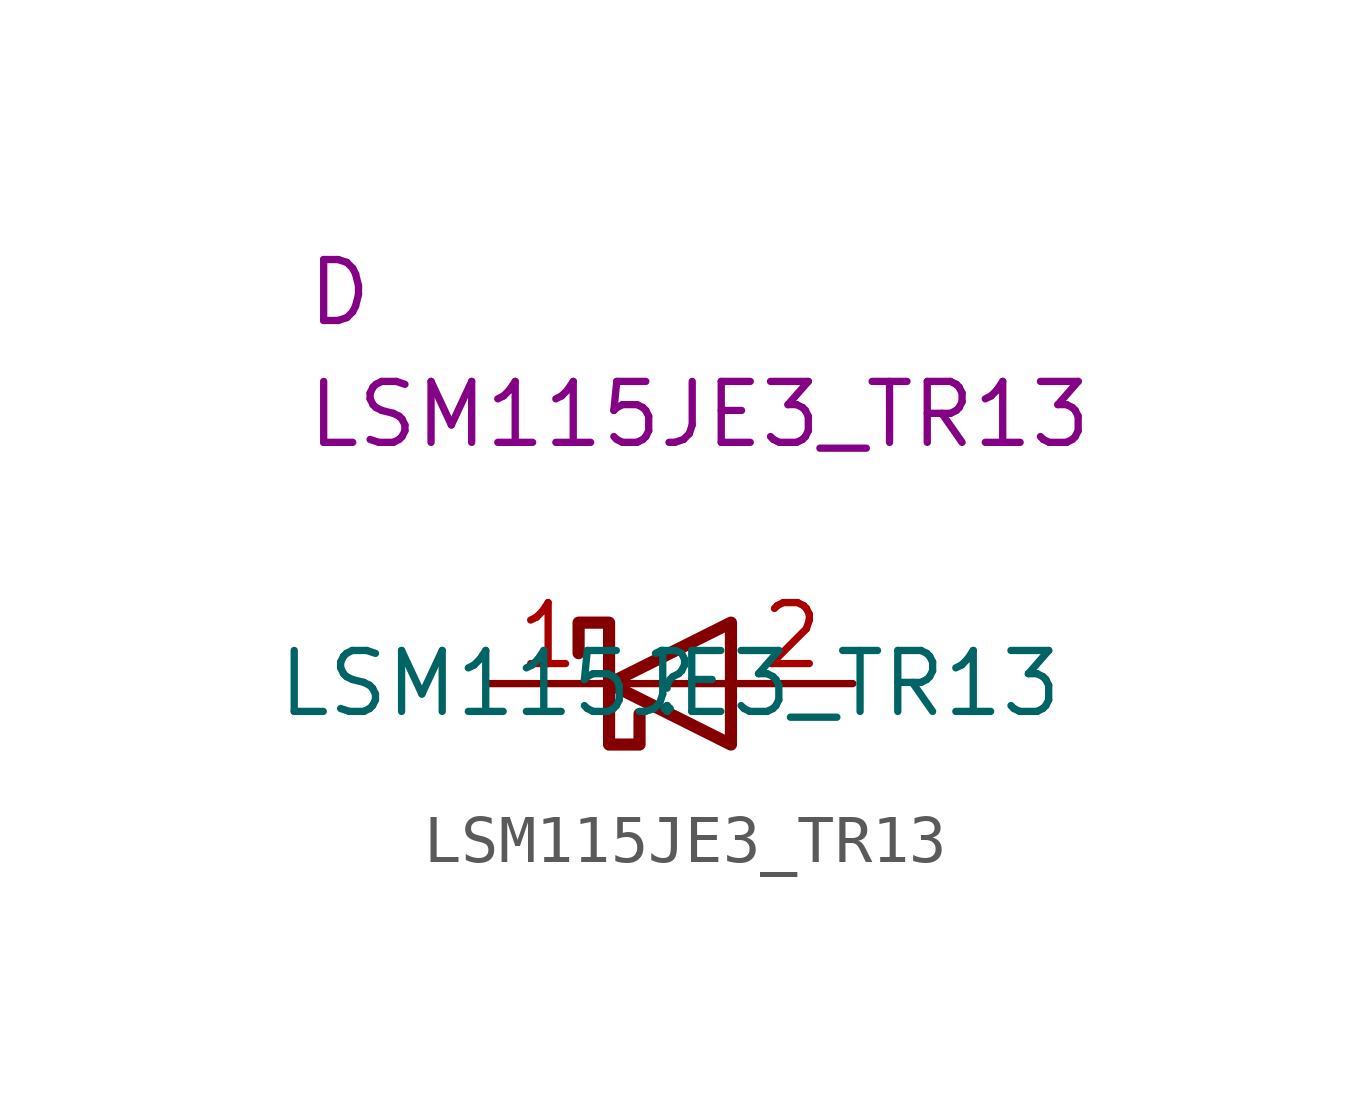
<source format=kicad_sym>
(kicad_symbol_lib
  (version 20211014)
  (generator kicad_symbol_editor)
  (symbol "LSM115JE3_TR13"
    (pin_names hide)
    (property "Reference" ""
      (at 0 0 0)
      (effects (font (size 1.27 1.27))))
    (property "Value" "LSM115JE3_TR13"
      (at 0 0 0)
      (effects (font (size 1.27 1.27))))
    (property "Reference_1" "D"
      (at -7.62 8.89 0)
      (effects (font (size 1.27 1.27)) (justify left top)))
    (property "Value_1" "LSM115JE3_TR13"
      (at -7.62 6.35 0)
      (effects (font (size 1.27 1.27)) (justify left top)))
    (symbol "LSM115JE3_TR13_0_1"
      (polyline (pts (xy 1.27 0) (xy -1.27 0)) (stroke (width 0) (type default) (color 0 0 0 0)) (fill (type none)))
      (polyline (pts (xy 1.27 1.27) (xy 1.27 -1.27) (xy -1.27 0) (xy 1.27 1.27)) (stroke (width 0.254) (type default) (color 0 0 0 0)) (fill (type none)))
      (polyline (pts (xy -1.905 0.635) (xy -1.905 1.27) (xy -1.27 1.27) (xy -1.27 -1.27) (xy -0.635 -1.27) (xy -0.635 -0.635)) (stroke (width 0.254) (type default) (color 0 0 0 0)) (fill (type none))))
    (symbol "LSM115JE3_TR13_1_1"
      (pin passive line (at -3.81 0 0) (length 2.54) (name "K" (effects (font (size 1.27 1.27)))) (number "1" (effects (font (size 1.27 1.27)))))
      (pin passive line (at 3.81 0 180) (length 2.54) (name "A" (effects (font (size 1.27 1.27)))) (number "2" (effects (font (size 1.27 1.27))))))))
</source>
